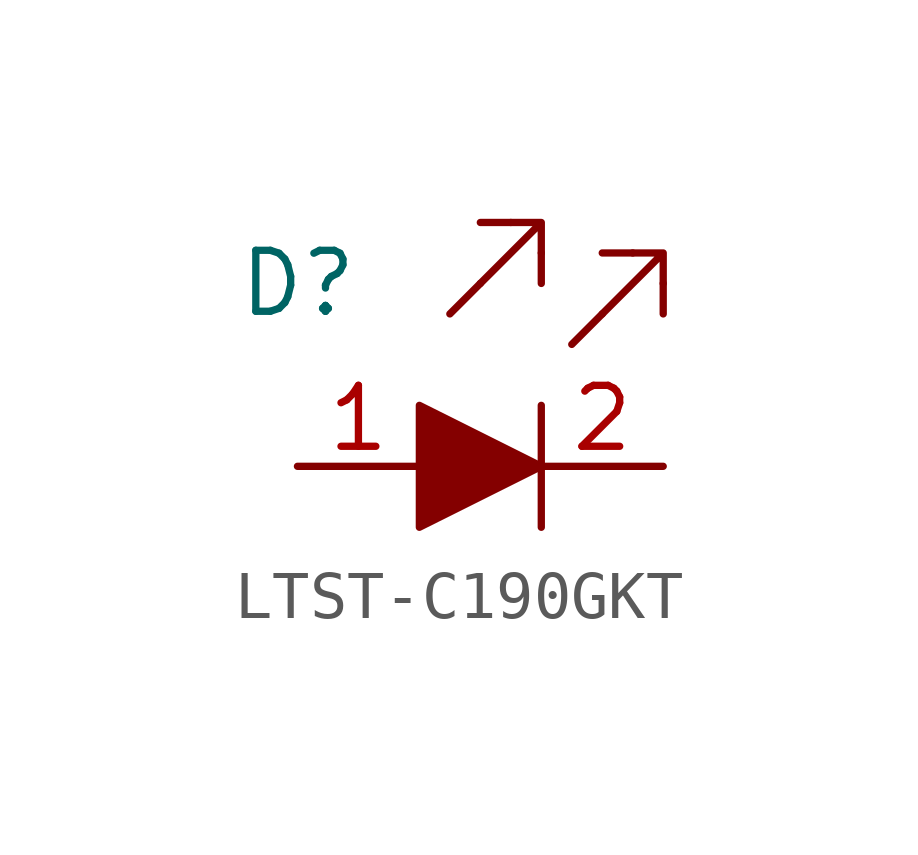
<source format=kicad_sym>
(kicad_symbol_lib
  (version 20220914)
  (generator kicad_symbol_editor)
  (symbol "LTST-C190GKT"
    (pin_names
      (offset 0))
    (property "Reference" "D"
      (at -6.35 3.81 0)
      (effects (font (size 1.27 1.27)) (justify left)))
    (symbol "LTST-C190GKT_0_1"
      (polyline (pts (xy 0 1.27) (xy 0 -1.27)) (stroke (width 0) (type default)) (fill (type none)))
      (polyline (pts (xy -2.54 1.27) (xy -2.54 -1.27) (xy 0 0) (xy -2.54 1.27)) (stroke (width 0) (type default)) (fill (type outline))))
    (symbol "LTST-C190GKT_1_1"
      (polyline (pts (xy -1.27 3.81) (xy -1.905 3.175)) (stroke (width 0) (type default)) (fill (type none)))
      (polyline (pts (xy -0.635 5.08) (xy -1.27 5.08)) (stroke (width 0) (type default)) (fill (type none)))
      (polyline (pts (xy 0 4.445) (xy 0 3.81)) (stroke (width 0) (type default)) (fill (type none)))
      (polyline (pts (xy 1.27 3.175) (xy 0.635 2.54)) (stroke (width 0) (type default)) (fill (type none)))
      (polyline (pts (xy 1.905 4.445) (xy 1.27 4.445)) (stroke (width 0) (type default)) (fill (type none)))
      (polyline (pts (xy 2.54 3.81) (xy 2.54 3.175)) (stroke (width 0) (type default)) (fill (type none)))
      (polyline (pts (xy 1.27 3.175) (xy 2.54 4.445) (xy 1.905 4.445) (xy 2.54 4.445) (xy 2.54 3.81)) (stroke (width 0) (type default)) (fill (type none)))
      (polyline (pts (xy 0 5.08) (xy 0 4.445) (xy 0 5.08) (xy -0.635 5.08) (xy 0 5.08) (xy -1.27 3.81)) (stroke (width 0) (type default)) (fill (type none)))
      (pin input line (at -5.08 0 0) (length 2.54) (name "~" (effects (font (size 1.27 1.27)))) (number "1" (effects (font (size 1.27 1.27)))))
      (pin output line (at 2.54 0 180) (length 2.54) (name "~" (effects (font (size 1.27 1.27)))) (number "2" (effects (font (size 1.27 1.27))))))))
</source>
